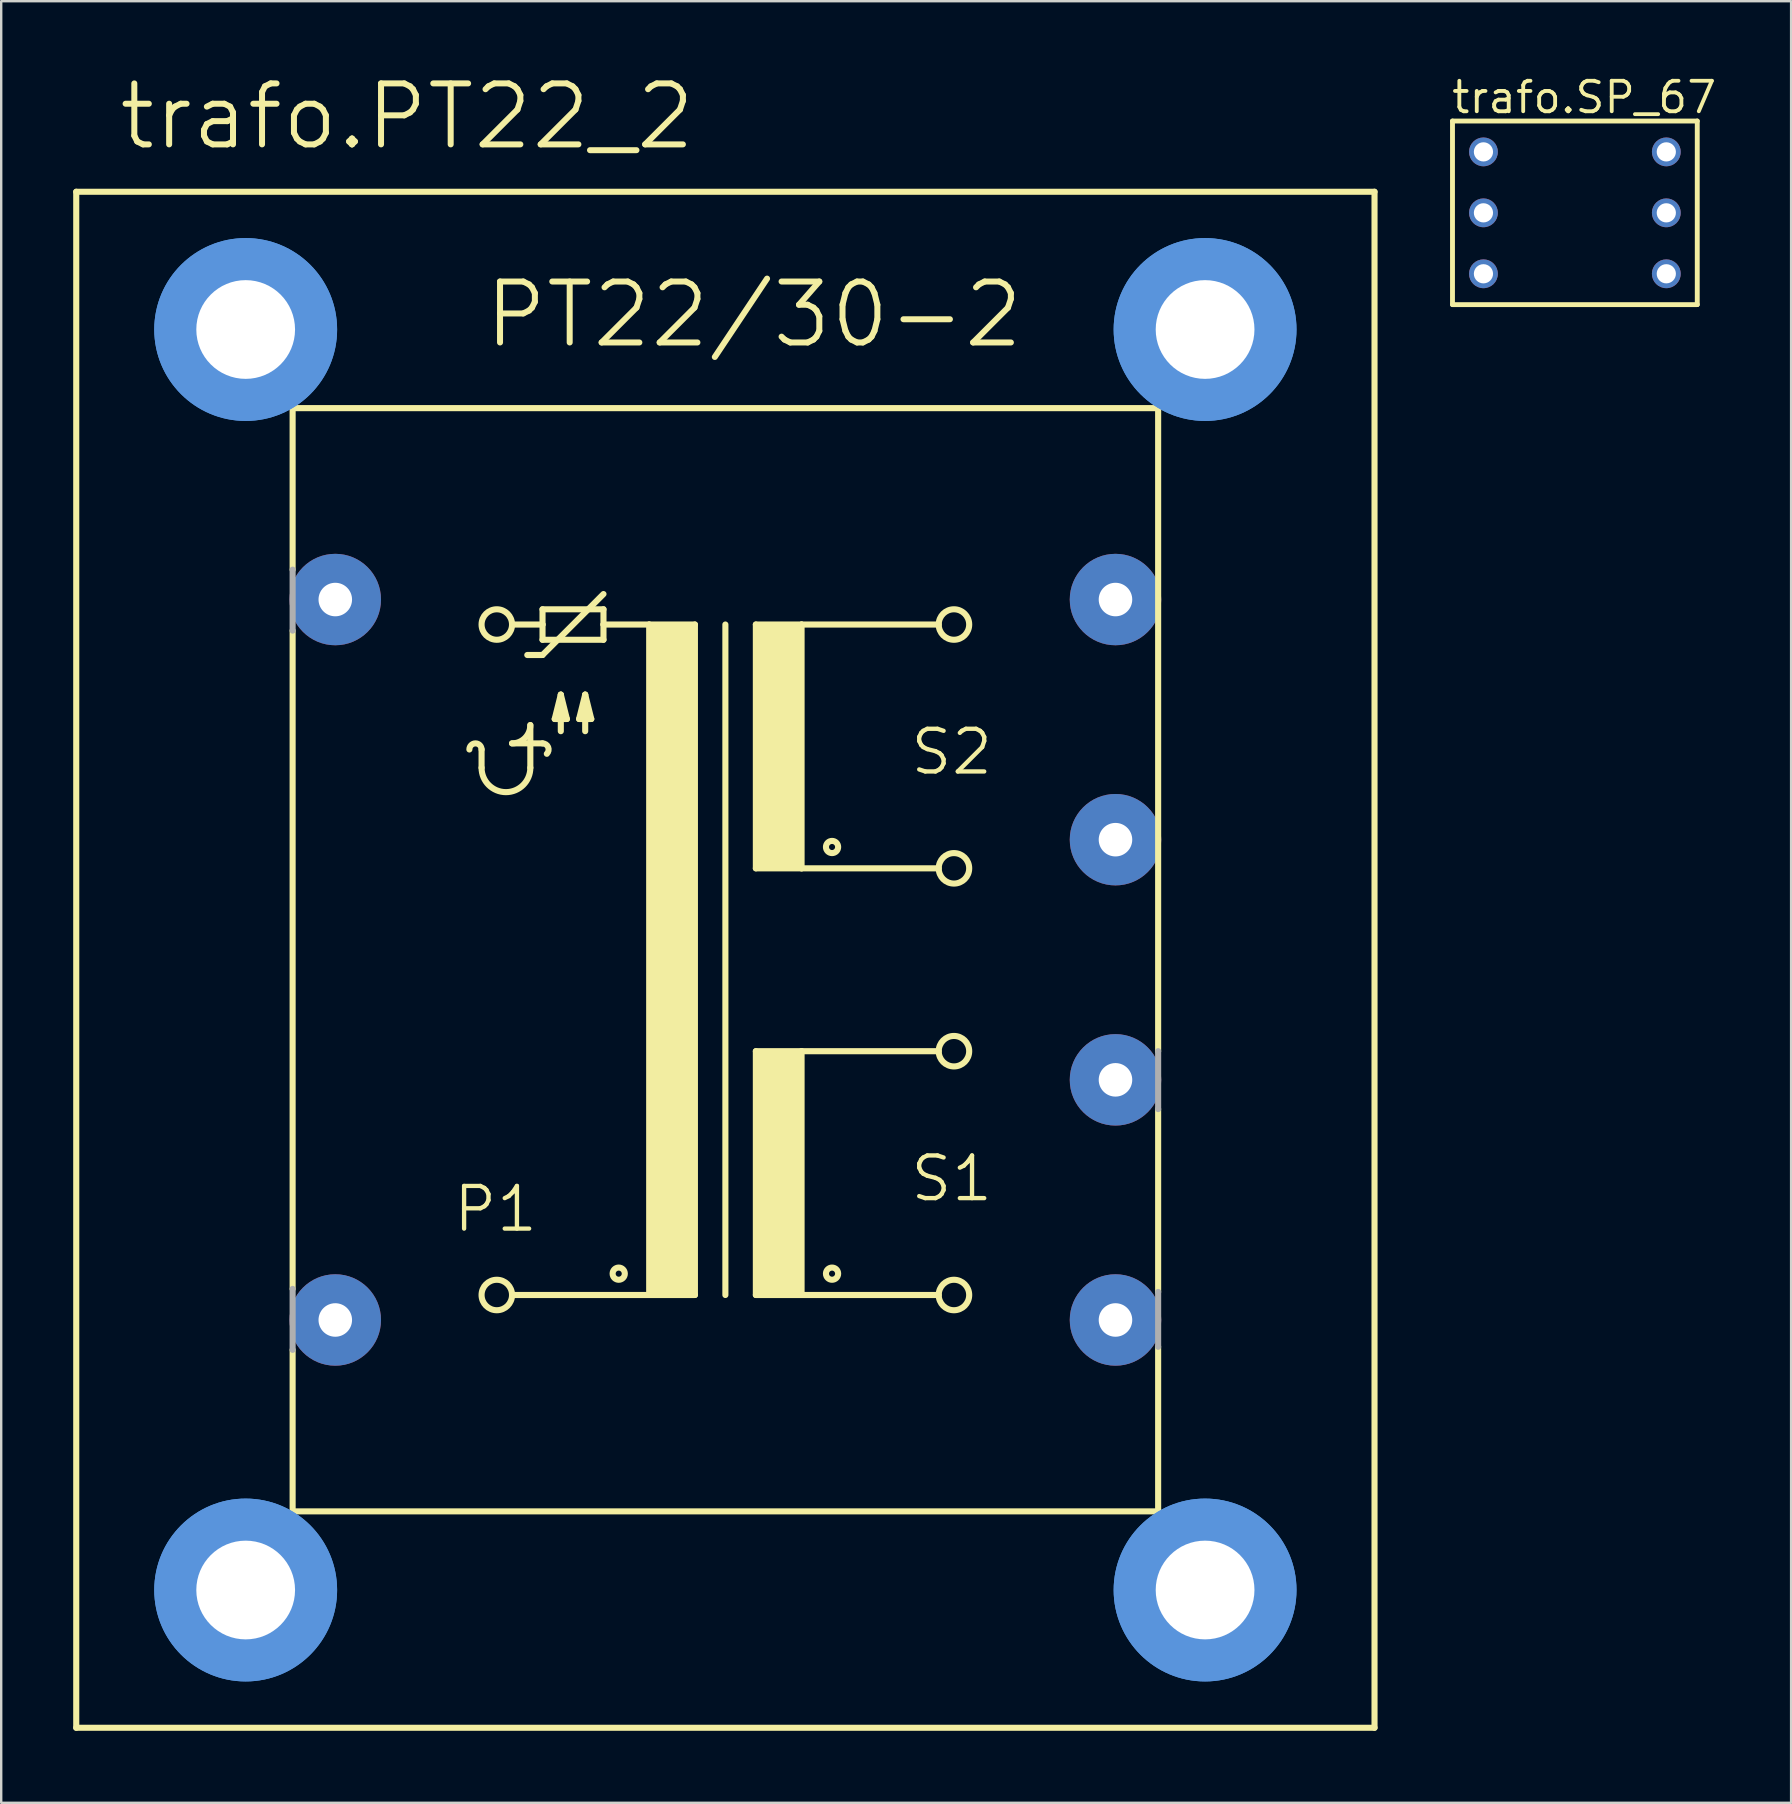
<source format=kicad_pcb>
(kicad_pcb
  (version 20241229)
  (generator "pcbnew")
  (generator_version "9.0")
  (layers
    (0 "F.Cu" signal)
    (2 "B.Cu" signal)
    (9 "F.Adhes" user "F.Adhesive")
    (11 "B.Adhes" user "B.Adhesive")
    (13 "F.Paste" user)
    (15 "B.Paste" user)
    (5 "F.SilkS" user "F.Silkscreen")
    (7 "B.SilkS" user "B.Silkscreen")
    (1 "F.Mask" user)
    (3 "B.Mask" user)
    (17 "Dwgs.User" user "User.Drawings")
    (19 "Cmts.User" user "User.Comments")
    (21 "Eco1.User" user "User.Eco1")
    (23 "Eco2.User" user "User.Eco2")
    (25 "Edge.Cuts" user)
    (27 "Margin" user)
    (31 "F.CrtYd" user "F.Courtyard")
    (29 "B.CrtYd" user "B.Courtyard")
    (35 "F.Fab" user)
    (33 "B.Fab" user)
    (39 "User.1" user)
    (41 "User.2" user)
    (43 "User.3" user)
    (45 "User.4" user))
  (footprint "trafo.SP_67"
    (layer "F.Cu")
    (at 62.578 5.819)
    (property "Reference" "trafo.SP_67" (at -5.222 -4.069 0) (layer "F.SilkS") (effects (font (size 1.27 1.27) (thickness 0.16)) (justify left bottom)))
    (attr through_hole)
    (fp_line (start -5.1 -3.825) (end 5.1 -3.825) (stroke (width 0.203) (type default)) (layer "F.SilkS"))
    (fp_line (start -5.1 3.825) (end -5.1 -3.825) (stroke (width 0.203) (type default)) (layer "F.SilkS"))
    (fp_line (start 5.1 -3.825) (end 5.1 3.825) (stroke (width 0.203) (type default)) (layer "F.SilkS"))
    (fp_line (start 5.1 3.825) (end -5.1 3.825) (stroke (width 0.203) (type default)) (layer "F.SilkS"))
    (pad "1" thru_hole circle (at -3.81 -2.54) (size 1.2 1.2) (drill 0.8) (layers "*.Cu" "*.Mask"))
    (pad "2" thru_hole circle (at -3.81 0) (size 1.2 1.2) (drill 0.8) (layers "*.Cu" "*.Mask"))
    (pad "3" thru_hole circle (at -3.81 2.54) (size 1.2 1.2) (drill 0.8) (layers "*.Cu" "*.Mask"))
    (pad "4" thru_hole circle (at 3.81 2.54) (size 1.2 1.2) (drill 0.8) (layers "*.Cu" "*.Mask"))
    (pad "5" thru_hole circle (at 3.81 0) (size 1.2 1.2) (drill 0.8) (layers "*.Cu" "*.Mask"))
    (pad "6" thru_hole circle (at 3.81 -2.54) (size 1.2 1.2) (drill 0.8) (layers "*.Cu" "*.Mask")))
  (footprint "trafo.PT22_2"
    (layer "F.Cu")
    (at 27.178 36.945)
    (property "Reference" "trafo.PT22_2" (at -25.4 -33.655 0) (layer "F.SilkS") (effects (font (size 2.54 2.54) (thickness 0.25)) (justify left bottom)))
    (attr through_hole)
    (fp_line (start -27.051 32.004) (end -27.051 -32.004) (stroke (width 0.254) (type default)) (layer "F.SilkS"))
    (fp_line (start -27.051 32.004) (end 27.051 32.004) (stroke (width 0.254) (type default)) (layer "F.SilkS"))
    (fp_line (start -18.034 -22.987) (end -18.034 -16.256) (stroke (width 0.254) (type default)) (layer "F.SilkS"))
    (fp_line (start -18.034 -13.716) (end -18.034 13.716) (stroke (width 0.254) (type default)) (layer "F.SilkS"))
    (fp_line (start -18.034 22.987) (end -18.034 16.256) (stroke (width 0.254) (type default)) (layer "F.SilkS"))
    (fp_line (start -18.034 22.987) (end 18.034 22.987) (stroke (width 0.254) (type default)) (layer "F.SilkS"))
    (fp_line (start -10.16 -8.001) (end -10.16 -8.763) (stroke (width 0.254) (type default)) (layer "F.SilkS"))
    (fp_line (start -8.89 -13.97) (end -7.62 -13.97) (stroke (width 0.254) (type default)) (layer "F.SilkS"))
    (fp_line (start -8.89 -9.017) (end -7.62 -9.017) (stroke (width 0.254) (type default)) (layer "F.SilkS"))
    (fp_line (start -8.255 -12.7) (end -7.62 -12.7) (stroke (width 0.254) (type default)) (layer "F.SilkS"))
    (fp_line (start -8.128 -8.001) (end -8.128 -9.779) (stroke (width 0.254) (type default)) (layer "F.SilkS"))
    (fp_line (start -7.62 -14.605) (end -7.62 -13.97) (stroke (width 0.254) (type default)) (layer "F.SilkS"))
    (fp_line (start -7.62 -13.97) (end -7.62 -13.335) (stroke (width 0.254) (type default)) (layer "F.SilkS"))
    (fp_line (start -7.62 -13.335) (end -5.08 -13.335) (stroke (width 0.254) (type default)) (layer "F.SilkS"))
    (fp_line (start -7.62 -12.7) (end -5.08 -15.24) (stroke (width 0.254) (type default)) (layer "F.SilkS"))
    (fp_line (start -7.112 -10.033) (end -6.604 -10.033) (stroke (width 0.254) (type default)) (layer "F.SilkS"))
    (fp_line (start -6.858 -11.049) (end -7.112 -10.033) (stroke (width 0.254) (type default)) (layer "F.SilkS"))
    (fp_line (start -6.858 -9.525) (end -6.858 -11.049) (stroke (width 0.254) (type default)) (layer "F.SilkS"))
    (fp_line (start -6.604 -10.033) (end -6.858 -11.049) (stroke (width 0.254) (type default)) (layer "F.SilkS"))
    (fp_line (start -6.096 -10.033) (end -5.588 -10.033) (stroke (width 0.254) (type default)) (layer "F.SilkS"))
    (fp_line (start -5.842 -11.049) (end -6.096 -10.033) (stroke (width 0.254) (type default)) (layer "F.SilkS"))
    (fp_line (start -5.842 -9.525) (end -5.842 -11.049) (stroke (width 0.254) (type default)) (layer "F.SilkS"))
    (fp_line (start -5.588 -10.033) (end -5.842 -11.049) (stroke (width 0.254) (type default)) (layer "F.SilkS"))
    (fp_line (start -5.08 -14.605) (end -7.62 -14.605) (stroke (width 0.254) (type default)) (layer "F.SilkS"))
    (fp_line (start -5.08 -13.97) (end -5.08 -14.605) (stroke (width 0.254) (type default)) (layer "F.SilkS"))
    (fp_line (start -5.08 -13.97) (end -3.175 -13.97) (stroke (width 0.254) (type default)) (layer "F.SilkS"))
    (fp_line (start -5.08 -13.335) (end -5.08 -13.97) (stroke (width 0.254) (type default)) (layer "F.SilkS"))
    (fp_line (start -3.175 -13.97) (end -3.175 13.97) (stroke (width 0.254) (type default)) (layer "F.SilkS"))
    (fp_line (start -3.175 -13.97) (end -1.27 -13.97) (stroke (width 0.254) (type default)) (layer "F.SilkS"))
    (fp_line (start -3.175 13.97) (end -8.89 13.97) (stroke (width 0.254) (type default)) (layer "F.SilkS"))
    (fp_line (start -1.27 -13.97) (end -1.27 13.97) (stroke (width 0.254) (type default)) (layer "F.SilkS"))
    (fp_line (start -1.27 13.97) (end -3.175 13.97) (stroke (width 0.254) (type default)) (layer "F.SilkS"))
    (fp_line (start 0 -13.97) (end 0 13.97) (stroke (width 0.254) (type default)) (layer "F.SilkS"))
    (fp_line (start 1.27 -13.97) (end 1.27 -3.81) (stroke (width 0.254) (type default)) (layer "F.SilkS"))
    (fp_line (start 1.27 -13.97) (end 3.175 -13.97) (stroke (width 0.254) (type default)) (layer "F.SilkS"))
    (fp_line (start 1.27 -3.81) (end 3.175 -3.81) (stroke (width 0.254) (type default)) (layer "F.SilkS"))
    (fp_line (start 1.27 3.81) (end 1.27 13.97) (stroke (width 0.254) (type default)) (layer "F.SilkS"))
    (fp_line (start 1.27 3.81) (end 3.175 3.81) (stroke (width 0.254) (type default)) (layer "F.SilkS"))
    (fp_line (start 1.27 13.97) (end 3.175 13.97) (stroke (width 0.254) (type default)) (layer "F.SilkS"))
    (fp_line (start 3.175 -13.97) (end 8.89 -13.97) (stroke (width 0.254) (type default)) (layer "F.SilkS"))
    (fp_line (start 3.175 -3.81) (end 3.175 -13.97) (stroke (width 0.254) (type default)) (layer "F.SilkS"))
    (fp_line (start 3.175 -3.81) (end 8.89 -3.81) (stroke (width 0.254) (type default)) (layer "F.SilkS"))
    (fp_line (start 3.175 3.81) (end 8.89 3.81) (stroke (width 0.254) (type default)) (layer "F.SilkS"))
    (fp_line (start 3.175 13.97) (end 3.175 3.81) (stroke (width 0.254) (type default)) (layer "F.SilkS"))
    (fp_line (start 3.175 13.97) (end 8.89 13.97) (stroke (width 0.254) (type default)) (layer "F.SilkS"))
    (fp_line (start 18.034 -22.987) (end -18.034 -22.987) (stroke (width 0.254) (type default)) (layer "F.SilkS"))
    (fp_line (start 18.034 3.81) (end 18.034 -22.987) (stroke (width 0.254) (type default)) (layer "F.SilkS"))
    (fp_line (start 18.034 13.843) (end 18.034 6.223) (stroke (width 0.254) (type default)) (layer "F.SilkS"))
    (fp_line (start 18.034 22.987) (end 18.034 16.129) (stroke (width 0.254) (type default)) (layer "F.SilkS"))
    (fp_line (start 27.051 -32.004) (end -27.051 -32.004) (stroke (width 0.254) (type default)) (layer "F.SilkS"))
    (fp_line (start 27.051 -32.004) (end 27.051 32.004) (stroke (width 0.254) (type default)) (layer "F.SilkS"))
    (fp_rect (start -3.175 13.97) (end -1.27 -13.97) (stroke (width 0.05) (type default)) (fill yes) (layer "F.SilkS"))
    (fp_rect (start 1.27 -3.81) (end 3.175 -13.97) (stroke (width 0.05) (type default)) (fill yes) (layer "F.SilkS"))
    (fp_rect (start 1.27 13.97) (end 3.175 3.81) (stroke (width 0.05) (type default)) (fill yes) (layer "F.SilkS"))
    (fp_arc (start -10.668 -8.763) (mid -10.414 -9.017) (end -10.16 -8.763) (stroke (width 0.254) (type default)) (layer "F.SilkS"))
    (fp_arc (start -8.128 -9.779) (mid -8.351185 -9.240185) (end -8.89 -9.017) (stroke (width 0.254) (type default)) (layer "F.SilkS"))
    (fp_arc (start -8.128 -8.001) (mid -9.144 -6.985) (end -10.16 -8.001) (stroke (width 0.254) (type default)) (layer "F.SilkS"))
    (fp_arc (start -7.62 -9.017) (mid -7.385338 -8.860203) (end -7.4404 -8.5834) (stroke (width 0.254) (type default)) (layer "F.SilkS"))
    (fp_circle (center -9.525 -13.97) (end -8.89 -13.97) (stroke (width 0.254) (type default)) (fill no) (layer "F.SilkS"))
    (fp_circle (center -9.525 13.97) (end -8.89 13.97) (stroke (width 0.254) (type default)) (fill no) (layer "F.SilkS"))
    (fp_circle (center -4.445 13.081) (end -4.191 13.081) (stroke (width 0.254) (type default)) (fill no) (layer "F.SilkS"))
    (fp_circle (center 4.445 -4.699) (end 4.699 -4.699) (stroke (width 0.254) (type default)) (fill no) (layer "F.SilkS"))
    (fp_circle (center 4.445 13.081) (end 4.699 13.081) (stroke (width 0.254) (type default)) (fill no) (layer "F.SilkS"))
    (fp_circle (center 9.525 -13.97) (end 10.16 -13.97) (stroke (width 0.254) (type default)) (fill no) (layer "F.SilkS"))
    (fp_circle (center 9.525 -3.81) (end 10.16 -3.81) (stroke (width 0.254) (type default)) (fill no) (layer "F.SilkS"))
    (fp_circle (center 9.525 3.81) (end 10.16 3.81) (stroke (width 0.254) (type default)) (fill no) (layer "F.SilkS"))
    (fp_circle (center 9.525 13.97) (end 10.16 13.97) (stroke (width 0.254) (type default)) (fill no) (layer "F.SilkS"))
    (fp_circle (center -19.99 -26.264) (end -17.069 -26.264) (stroke (width 1.778) (type default)) (fill no) (layer "Cmts.User"))
    (fp_circle (center -19.99 -26.264) (end -17.069 -26.264) (stroke (width 1.778) (type default)) (fill no) (layer "Cmts.User"))
    (fp_circle (center -19.99 26.264) (end -17.069 26.264) (stroke (width 1.778) (type default)) (fill no) (layer "Cmts.User"))
    (fp_circle (center -19.99 26.264) (end -17.069 26.264) (stroke (width 1.778) (type default)) (fill no) (layer "Cmts.User"))
    (fp_circle (center 19.99 -26.264) (end 22.911 -26.264) (stroke (width 1.778) (type default)) (fill no) (layer "Cmts.User"))
    (fp_circle (center 19.99 -26.264) (end 22.911 -26.264) (stroke (width 1.778) (type default)) (fill no) (layer "Cmts.User"))
    (fp_circle (center 19.99 26.264) (end 22.911 26.264) (stroke (width 1.778) (type default)) (fill no) (layer "Cmts.User"))
    (fp_circle (center 19.99 26.264) (end 22.911 26.264) (stroke (width 1.778) (type default)) (fill no) (layer "Cmts.User"))
    (fp_line (start -18.034 -13.716) (end -18.034 -16.256) (stroke (width 0.254) (type default)) (layer "F.Fab"))
    (fp_line (start -18.034 13.716) (end -18.034 16.256) (stroke (width 0.254) (type default)) (layer "F.Fab"))
    (fp_line (start 18.034 3.81) (end 18.034 6.223) (stroke (width 0.254) (type default)) (layer "F.Fab"))
    (fp_line (start 18.034 13.843) (end 18.034 16.129) (stroke (width 0.254) (type default)) (layer "F.Fab"))
    (fp_text user "P1" (at -11.43 11.43 0) (layer "F.SilkS") (effects (font (size 1.778 1.778) (thickness 0.18)) (justify left bottom)))
    (fp_text user "PT22/30-2" (at -10.16 -25.4 0) (layer "F.SilkS") (effects (font (size 2.54 2.54) (thickness 0.25)) (justify left bottom)))
    (fp_text user "S1" (at 7.62 10.16 0) (layer "F.SilkS") (effects (font (size 1.778 1.778) (thickness 0.18)) (justify left bottom)))
    (fp_text user "S2" (at 7.62 -7.62 0) (layer "F.SilkS") (effects (font (size 1.778 1.778) (thickness 0.18)) (justify left bottom)))
    (pad "" np_thru_hole circle (at -19.99 -26.264) (size 4.115 4.115) (drill 4.115) (layers "*.Cu" "*.Mask"))
    (pad "" np_thru_hole circle (at -19.99 26.264) (size 4.115 4.115) (drill 4.115) (layers "*.Cu" "*.Mask"))
    (pad "" np_thru_hole circle (at 19.99 -26.264) (size 4.115 4.115) (drill 4.115) (layers "*.Cu" "*.Mask"))
    (pad "" np_thru_hole circle (at 19.99 26.264) (size 4.115 4.115) (drill 4.115) (layers "*.Cu" "*.Mask"))
    (pad "1" thru_hole circle (at -16.256 -15.011) (size 3.81 3.81) (drill 1.397) (layers "*.Cu" "*.Mask"))
    (pad "2" thru_hole circle (at -16.256 15.011) (size 3.81 3.81) (drill 1.397) (layers "*.Cu" "*.Mask"))
    (pad "3" thru_hole circle (at 16.256 15.011) (size 3.81 3.81) (drill 1.397) (layers "*.Cu" "*.Mask"))
    (pad "4" thru_hole circle (at 16.256 5.004) (size 3.81 3.81) (drill 1.397) (layers "*.Cu" "*.Mask"))
    (pad "5" thru_hole circle (at 16.256 -5.004) (size 3.81 3.81) (drill 1.397) (layers "*.Cu" "*.Mask"))
    (pad "6" thru_hole circle (at 16.256 -15.011) (size 3.81 3.81) (drill 1.397) (layers "*.Cu" "*.Mask")))
  (gr_rect
    (start -3 -3)
    (end 71.589 72.076)
    (stroke (width 0.1) (type default))
    (fill no)
    (layer "Edge.Cuts")))
</source>
